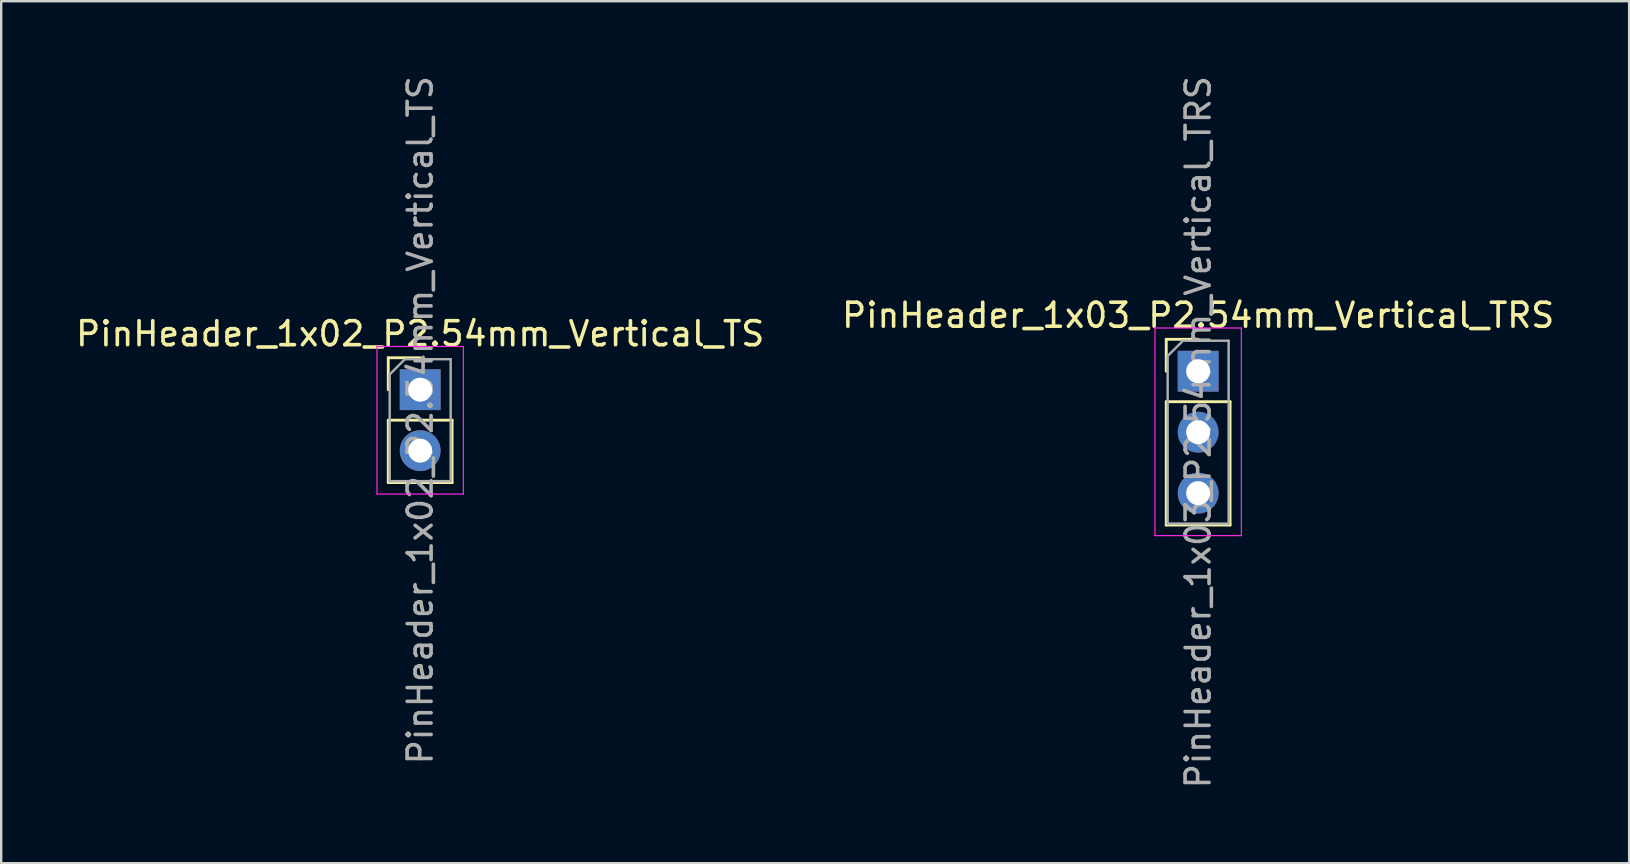
<source format=kicad_pcb>
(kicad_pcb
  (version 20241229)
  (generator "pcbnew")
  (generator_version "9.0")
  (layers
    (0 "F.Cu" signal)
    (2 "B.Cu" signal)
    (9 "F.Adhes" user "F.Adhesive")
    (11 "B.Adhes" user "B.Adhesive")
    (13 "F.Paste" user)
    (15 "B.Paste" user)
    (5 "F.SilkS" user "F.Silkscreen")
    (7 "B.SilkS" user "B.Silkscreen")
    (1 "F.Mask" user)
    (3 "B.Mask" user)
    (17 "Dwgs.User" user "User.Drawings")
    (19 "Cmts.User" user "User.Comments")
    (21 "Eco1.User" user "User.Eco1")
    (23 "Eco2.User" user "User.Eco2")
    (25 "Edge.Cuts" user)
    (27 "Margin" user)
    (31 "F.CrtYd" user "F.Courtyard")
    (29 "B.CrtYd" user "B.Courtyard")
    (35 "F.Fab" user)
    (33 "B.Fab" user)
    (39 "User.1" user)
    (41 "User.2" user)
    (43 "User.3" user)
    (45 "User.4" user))
  (footprint "PinHeader_1x02_P2.54mm_Vertical_TS"
    (layer "F.Cu")
    (at 14.458 13.188)
    (property "Reference" "PinHeader_1x02_P2.54mm_Vertical_TS" (at 0 -2.33 180) (layer "F.SilkS") (effects (font (size 1 1) (thickness 0.15))))
    (attr through_hole)
    (fp_line (start -1.33 -1.33) (end 0 -1.33) (stroke (width 0.12) (type solid)) (layer "F.SilkS"))
    (fp_line (start -1.33 0) (end -1.33 -1.33) (stroke (width 0.12) (type solid)) (layer "F.SilkS"))
    (fp_line (start -1.33 1.27) (end -1.33 3.87) (stroke (width 0.12) (type solid)) (layer "F.SilkS"))
    (fp_line (start -1.33 1.27) (end 1.33 1.27) (stroke (width 0.12) (type solid)) (layer "F.SilkS"))
    (fp_line (start -1.33 3.87) (end 1.33 3.87) (stroke (width 0.12) (type solid)) (layer "F.SilkS"))
    (fp_line (start 1.33 1.27) (end 1.33 3.87) (stroke (width 0.12) (type solid)) (layer "F.SilkS"))
    (fp_line (start -1.8 -1.8) (end -1.8 4.35) (stroke (width 0.05) (type solid)) (layer "F.CrtYd"))
    (fp_line (start -1.8 4.35) (end 1.8 4.35) (stroke (width 0.05) (type solid)) (layer "F.CrtYd"))
    (fp_line (start 1.8 -1.8) (end -1.8 -1.8) (stroke (width 0.05) (type solid)) (layer "F.CrtYd"))
    (fp_line (start 1.8 4.35) (end 1.8 -1.8) (stroke (width 0.05) (type solid)) (layer "F.CrtYd"))
    (fp_line (start -1.27 -0.635) (end -0.635 -1.27) (stroke (width 0.1) (type solid)) (layer "F.Fab"))
    (fp_line (start -1.27 3.81) (end -1.27 -0.635) (stroke (width 0.1) (type solid)) (layer "F.Fab"))
    (fp_line (start -0.635 -1.27) (end 1.27 -1.27) (stroke (width 0.1) (type solid)) (layer "F.Fab"))
    (fp_line (start 1.27 -1.27) (end 1.27 3.81) (stroke (width 0.1) (type solid)) (layer "F.Fab"))
    (fp_line (start 1.27 3.81) (end -1.27 3.81) (stroke (width 0.1) (type solid)) (layer "F.Fab"))
    (fp_text user "${REFERENCE}" (at 0 1.27 270) (layer "F.Fab") (effects (font (size 1 1) (thickness 0.15))))
    (pad "S" thru_hole oval (at 0 2.54) (size 1.7 1.7) (drill 1) (layers "*.Cu" "*.Mask"))
    (pad "T" thru_hole rect (at 0 0) (size 1.7 1.7) (drill 1) (layers "*.Cu" "*.Mask")))
  (footprint "PinHeader_1x03_P2.54mm_Vertical_TRS"
    (layer "F.Cu")
    (at 46.875 12.418)
    (property "Reference" "PinHeader_1x03_P2.54mm_Vertical_TRS" (at 0 -2.33 0) (layer "F.SilkS") (effects (font (size 1 1) (thickness 0.15))))
    (attr through_hole)
    (fp_line (start -1.33 -1.33) (end 0 -1.33) (stroke (width 0.12) (type solid)) (layer "F.SilkS"))
    (fp_line (start -1.33 0) (end -1.33 -1.33) (stroke (width 0.12) (type solid)) (layer "F.SilkS"))
    (fp_line (start -1.33 1.27) (end -1.33 6.41) (stroke (width 0.12) (type solid)) (layer "F.SilkS"))
    (fp_line (start -1.33 1.27) (end 1.33 1.27) (stroke (width 0.12) (type solid)) (layer "F.SilkS"))
    (fp_line (start -1.33 6.41) (end 1.33 6.41) (stroke (width 0.12) (type solid)) (layer "F.SilkS"))
    (fp_line (start 1.33 1.27) (end 1.33 6.41) (stroke (width 0.12) (type solid)) (layer "F.SilkS"))
    (fp_line (start -1.8 -1.8) (end -1.8 6.85) (stroke (width 0.05) (type solid)) (layer "F.CrtYd"))
    (fp_line (start -1.8 6.85) (end 1.8 6.85) (stroke (width 0.05) (type solid)) (layer "F.CrtYd"))
    (fp_line (start 1.8 -1.8) (end -1.8 -1.8) (stroke (width 0.05) (type solid)) (layer "F.CrtYd"))
    (fp_line (start 1.8 6.85) (end 1.8 -1.8) (stroke (width 0.05) (type solid)) (layer "F.CrtYd"))
    (fp_line (start -1.27 -0.635) (end -0.635 -1.27) (stroke (width 0.1) (type solid)) (layer "F.Fab"))
    (fp_line (start -1.27 6.35) (end -1.27 -0.635) (stroke (width 0.1) (type solid)) (layer "F.Fab"))
    (fp_line (start -0.635 -1.27) (end 1.27 -1.27) (stroke (width 0.1) (type solid)) (layer "F.Fab"))
    (fp_line (start 1.27 -1.27) (end 1.27 6.35) (stroke (width 0.1) (type solid)) (layer "F.Fab"))
    (fp_line (start 1.27 6.35) (end -1.27 6.35) (stroke (width 0.1) (type solid)) (layer "F.Fab"))
    (fp_text user "${REFERENCE}" (at 0 2.54 90) (layer "F.Fab") (effects (font (size 1 1) (thickness 0.15))))
    (pad "R" thru_hole oval (at 0 2.54) (size 1.7 1.7) (drill 1) (layers "*.Cu" "*.Mask"))
    (pad "S" thru_hole oval (at 0 5.08) (size 1.7 1.7) (drill 1) (layers "*.Cu" "*.Mask"))
    (pad "T" thru_hole rect (at 0 0) (size 1.7 1.7) (drill 1) (layers "*.Cu" "*.Mask")))
  (gr_rect
    (start -3 -3)
    (end 64.833 32.917)
    (stroke (width 0.1) (type default))
    (fill no)
    (layer "Edge.Cuts")))
</source>
